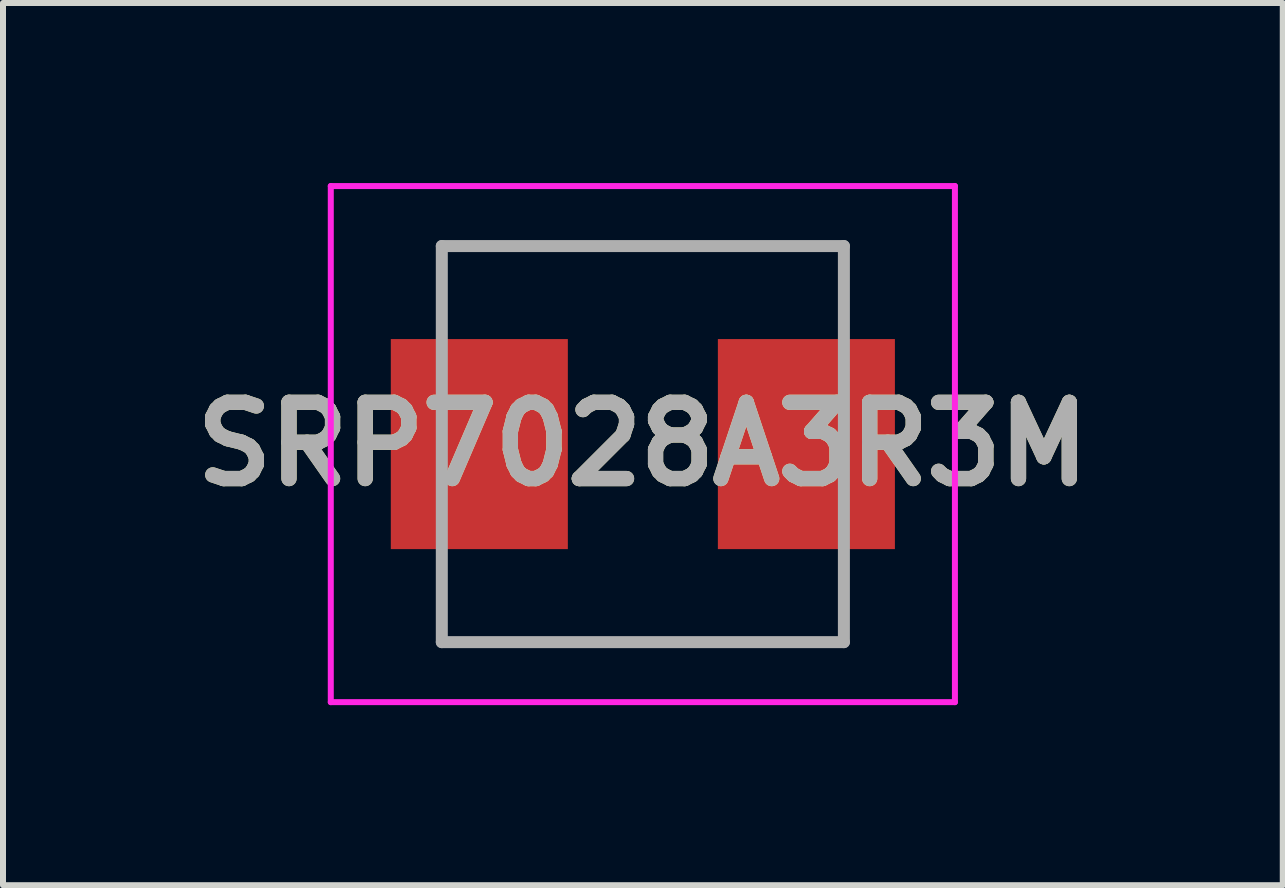
<source format=kicad_pcb>
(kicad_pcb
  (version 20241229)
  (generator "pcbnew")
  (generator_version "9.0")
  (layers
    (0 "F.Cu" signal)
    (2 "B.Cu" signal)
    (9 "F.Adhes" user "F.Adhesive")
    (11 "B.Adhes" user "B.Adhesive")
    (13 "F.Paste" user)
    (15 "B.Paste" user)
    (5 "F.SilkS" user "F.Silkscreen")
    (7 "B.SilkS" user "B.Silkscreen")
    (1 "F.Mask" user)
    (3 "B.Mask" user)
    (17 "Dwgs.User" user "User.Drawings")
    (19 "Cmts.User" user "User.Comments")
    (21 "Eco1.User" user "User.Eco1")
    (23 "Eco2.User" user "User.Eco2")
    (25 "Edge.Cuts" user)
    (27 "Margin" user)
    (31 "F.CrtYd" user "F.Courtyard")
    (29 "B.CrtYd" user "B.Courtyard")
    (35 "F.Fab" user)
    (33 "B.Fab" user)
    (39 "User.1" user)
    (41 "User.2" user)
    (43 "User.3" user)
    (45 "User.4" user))
  (footprint "SRP7028A3R3M"
    (layer "F.Cu")
    (at 7.662 4.35)
    (property "Reference" "SRP7028A3R3M" (at 0 0 0) (layer "F.SilkS") (effects (font (size 1.27 1.27) (thickness 0.254))))
    (attr smd)
    (fp_line (start -3.35 -3.3) (end 3.35 -3.3) (stroke (width 0.1) (type solid)) (layer "F.SilkS"))
    (fp_line (start -3.35 -2.5) (end -3.35 -3.3) (stroke (width 0.1) (type solid)) (layer "F.SilkS"))
    (fp_line (start -3.35 2.5) (end -3.35 3.3) (stroke (width 0.1) (type solid)) (layer "F.SilkS"))
    (fp_line (start -3.35 3.3) (end 3.35 3.3) (stroke (width 0.1) (type solid)) (layer "F.SilkS"))
    (fp_line (start 3.35 -3.3) (end 3.35 -2.5) (stroke (width 0.1) (type solid)) (layer "F.SilkS"))
    (fp_line (start 3.35 2.5) (end 3.35 3) (stroke (width 0.1) (type solid)) (layer "F.SilkS"))
    (fp_line (start 3.35 3.3) (end 3.35 3) (stroke (width 0.1) (type solid)) (layer "F.SilkS"))
    (fp_line (start -5.2 -4.3) (end 5.2 -4.3) (stroke (width 0.1) (type solid)) (layer "F.CrtYd"))
    (fp_line (start -5.2 4.3) (end -5.2 -4.3) (stroke (width 0.1) (type solid)) (layer "F.CrtYd"))
    (fp_line (start 5.2 -4.3) (end 5.2 4.3) (stroke (width 0.1) (type solid)) (layer "F.CrtYd"))
    (fp_line (start 5.2 4.3) (end -5.2 4.3) (stroke (width 0.1) (type solid)) (layer "F.CrtYd"))
    (fp_line (start -3.35 -3.3) (end 3.35 -3.3) (stroke (width 0.2) (type solid)) (layer "F.Fab"))
    (fp_line (start -3.35 3.3) (end -3.35 -3.3) (stroke (width 0.2) (type solid)) (layer "F.Fab"))
    (fp_line (start 3.35 -3.3) (end 3.35 3.3) (stroke (width 0.2) (type solid)) (layer "F.Fab"))
    (fp_line (start 3.35 3.3) (end -3.35 3.3) (stroke (width 0.2) (type solid)) (layer "F.Fab"))
    (fp_text user "${REFERENCE}" (at 0 0 0) (layer "F.Fab") (effects (font (size 1.27 1.27) (thickness 0.254))))
    (pad "1" smd rect (at -2.725 0) (size 2.95 3.5) (layers "F.Cu" "F.Mask" "F.Paste"))
    (pad "2" smd rect (at 2.725 0) (size 2.95 3.5) (layers "F.Cu" "F.Mask" "F.Paste")))
  (gr_rect
    (start -3 -3)
    (end 18.325 11.7)
    (stroke (width 0.1) (type default))
    (fill no)
    (layer "Edge.Cuts")))
</source>
